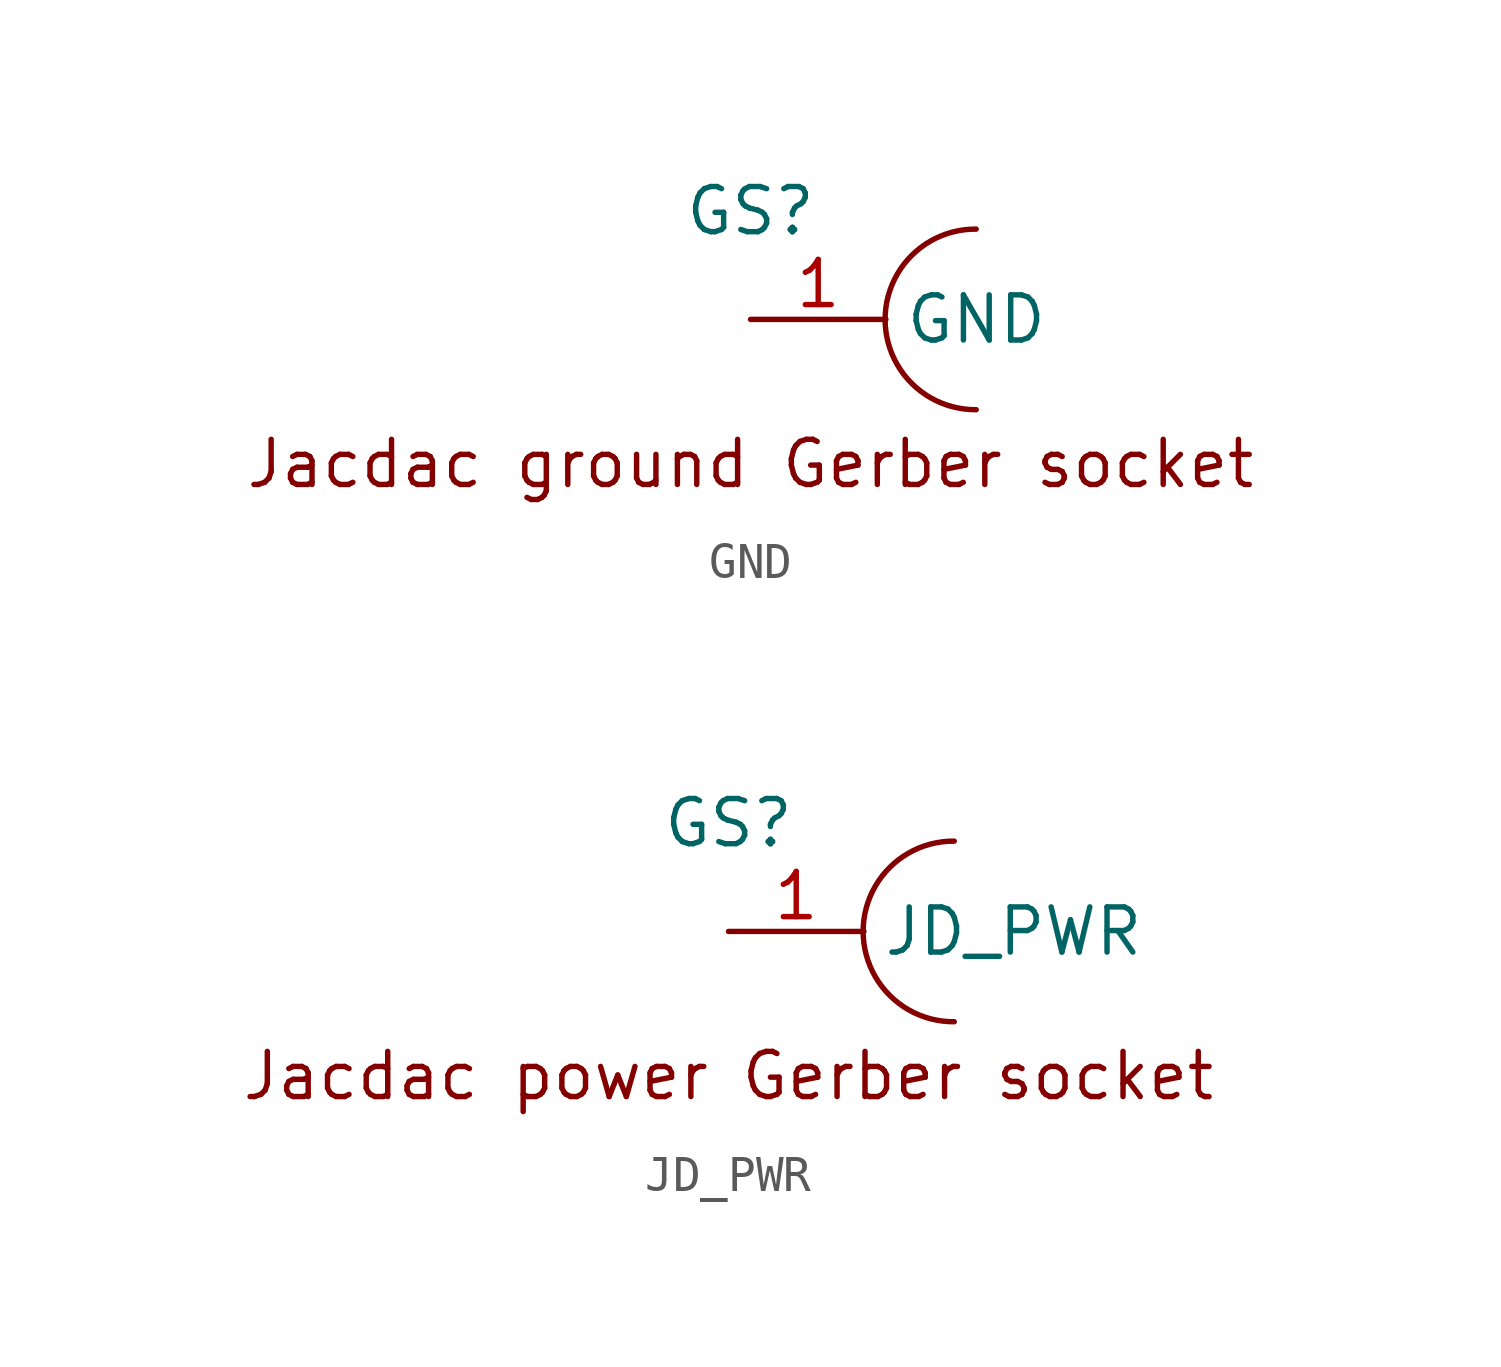
<source format=kicad_sym>
(kicad_symbol_lib
  (version 20231120)
  (generator "kicad_symbol_editor")
  (generator_version "8.0")
  (symbol "GND"
    (property "Reference" "GS"
      (at 0 3.048 0)
      (effects (font (size 1.27 1.27))))
    (property "Value" ""
      (at 0 0 0)
      (effects (font (size 1.27 1.27))))
    (symbol "GND_0_1"
      (arc (start 6.35 2.54) (mid 3.7874 0) (end 6.35 -2.54) (stroke (width 0) (type default)) (fill (type none))))
    (symbol "GND_1_1"
      (text "Jacdac ground Gerber socket" (at 0 -4.064 0) (effects (font (size 1.27 1.27))))
      (pin unspecified line (at 0 0 0) (length 3.81) (name "GND" (effects (font (size 1.27 1.27)))) (number "1" (effects (font (size 1.27 1.27)))))))
  (symbol "JD_PWR"
    (property "Reference" "GS"
      (at 0 3.048 0)
      (effects (font (size 1.27 1.27))))
    (property "Value" ""
      (at 0 0 0)
      (effects (font (size 1.27 1.27))))
    (symbol "JD_PWR_0_1"
      (arc (start 6.35 2.54) (mid 3.7874 0) (end 6.35 -2.54) (stroke (width 0) (type default)) (fill (type none))))
    (symbol "JD_PWR_1_1"
      (text "Jacdac power Gerber socket" (at 0 -4.064 0) (effects (font (size 1.27 1.27))))
      (pin unspecified line (at 0 0 0) (length 3.81) (name "JD_PWR" (effects (font (size 1.27 1.27)))) (number "1" (effects (font (size 1.27 1.27))))))))
</source>
